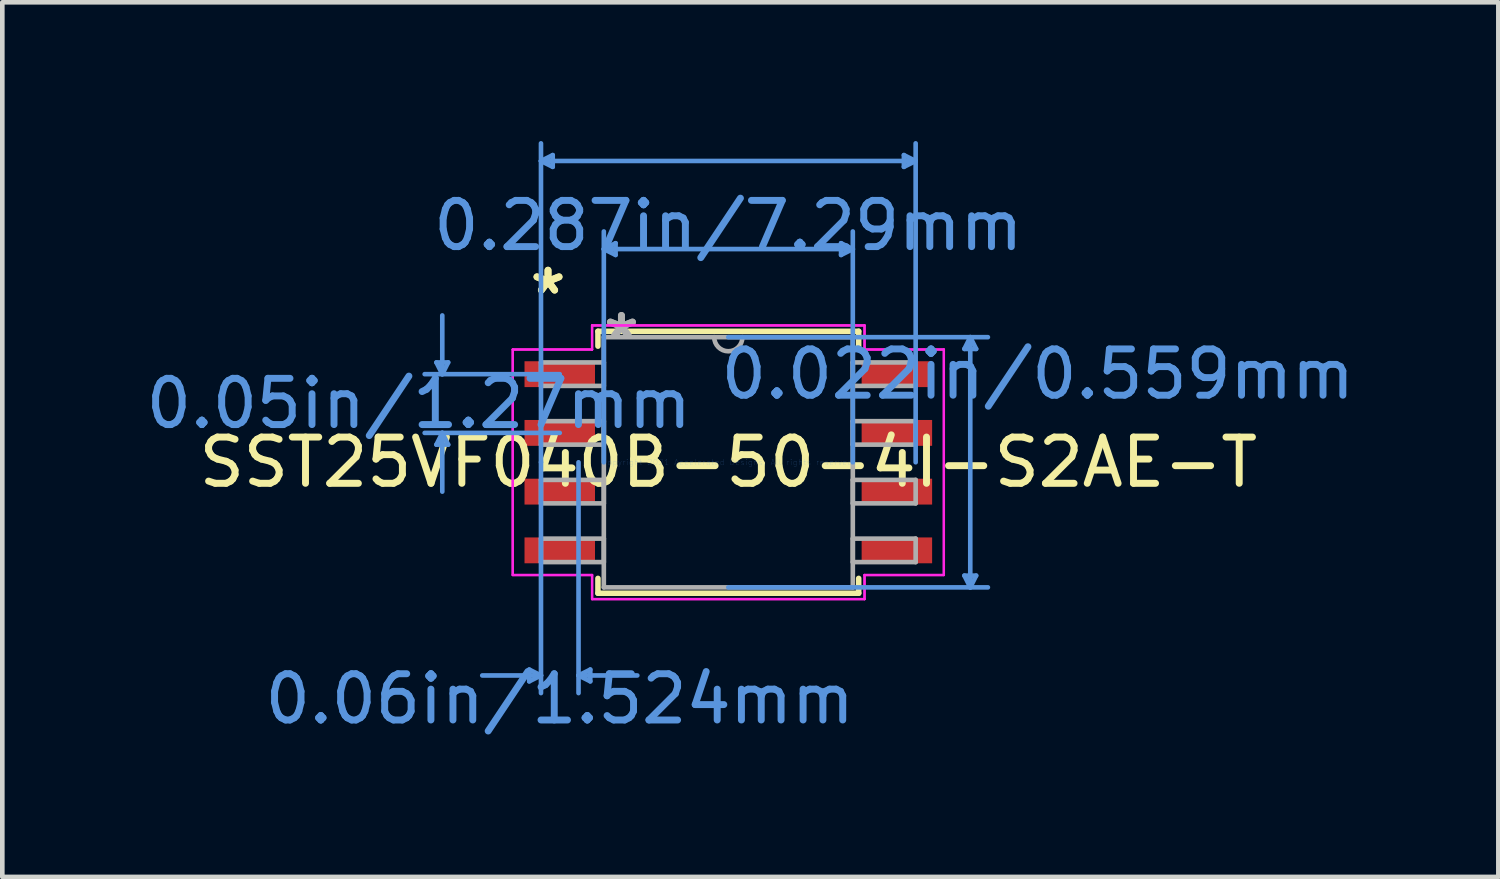
<source format=kicad_pcb>
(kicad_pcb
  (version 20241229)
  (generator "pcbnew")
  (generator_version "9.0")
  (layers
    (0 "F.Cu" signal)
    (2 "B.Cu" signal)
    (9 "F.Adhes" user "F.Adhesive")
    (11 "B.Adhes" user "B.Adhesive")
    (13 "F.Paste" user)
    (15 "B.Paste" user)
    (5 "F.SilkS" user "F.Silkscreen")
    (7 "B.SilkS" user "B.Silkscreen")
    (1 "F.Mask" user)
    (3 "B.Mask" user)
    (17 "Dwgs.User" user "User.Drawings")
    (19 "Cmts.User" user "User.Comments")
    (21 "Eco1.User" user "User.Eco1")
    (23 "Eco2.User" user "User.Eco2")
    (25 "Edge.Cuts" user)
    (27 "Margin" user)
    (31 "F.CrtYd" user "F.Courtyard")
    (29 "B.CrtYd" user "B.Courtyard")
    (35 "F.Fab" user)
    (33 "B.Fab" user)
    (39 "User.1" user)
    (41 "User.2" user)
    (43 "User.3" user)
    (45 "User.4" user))
  (footprint "SST25VF040B-50-4I-S2AE-T"
    (layer "F.Cu")
    (at 12.699 6.946)
    (property "Reference" "SST25VF040B-50-4I-S2AE-T" (at 0 0 0) (layer "F.SilkS") (effects (font (size 1 1) (thickness 0.15))))
    (attr through_hole)
    (fp_line (start -2.819 -2.832) (end -2.819 -2.511) (stroke (width 0.12) (type solid)) (layer "F.SilkS"))
    (fp_line (start -2.819 2.511) (end -2.819 2.832) (stroke (width 0.12) (type solid)) (layer "F.SilkS"))
    (fp_line (start -2.819 2.832) (end 2.819 2.832) (stroke (width 0.12) (type solid)) (layer "F.SilkS"))
    (fp_line (start 2.819 -2.832) (end -2.819 -2.832) (stroke (width 0.12) (type solid)) (layer "F.SilkS"))
    (fp_line (start 2.819 -2.511) (end 2.819 -2.832) (stroke (width 0.12) (type solid)) (layer "F.SilkS"))
    (fp_line (start 2.819 2.832) (end 2.819 2.511) (stroke (width 0.12) (type solid)) (layer "F.SilkS"))
    (fp_line (start -6.312 -2.159) (end -6.058 -2.159) (stroke (width 0.1) (type solid)) (layer "Cmts.User"))
    (fp_line (start -6.312 -0.381) (end -6.058 -0.381) (stroke (width 0.1) (type solid)) (layer "Cmts.User"))
    (fp_line (start -6.185 -1.905) (end -6.312 -2.159) (stroke (width 0.1) (type solid)) (layer "Cmts.User"))
    (fp_line (start -6.185 -1.905) (end -6.185 -3.175) (stroke (width 0.1) (type solid)) (layer "Cmts.User"))
    (fp_line (start -6.185 -1.905) (end -6.058 -2.159) (stroke (width 0.1) (type solid)) (layer "Cmts.User"))
    (fp_line (start -6.185 -0.635) (end -6.312 -0.381) (stroke (width 0.1) (type solid)) (layer "Cmts.User"))
    (fp_line (start -6.185 -0.635) (end -6.185 0.635) (stroke (width 0.1) (type solid)) (layer "Cmts.User"))
    (fp_line (start -6.185 -0.635) (end -6.058 -0.381) (stroke (width 0.1) (type solid)) (layer "Cmts.User"))
    (fp_line (start -4.305 4.483) (end -4.305 4.737) (stroke (width 0.1) (type solid)) (layer "Cmts.User"))
    (fp_line (start -4.051 -6.515) (end -3.797 -6.642) (stroke (width 0.1) (type solid)) (layer "Cmts.User"))
    (fp_line (start -4.051 -6.515) (end -3.797 -6.388) (stroke (width 0.1) (type solid)) (layer "Cmts.User"))
    (fp_line (start -4.051 -6.515) (end 4.051 -6.515) (stroke (width 0.1) (type solid)) (layer "Cmts.User"))
    (fp_line (start -4.051 0) (end -4.051 -6.896) (stroke (width 0.1) (type solid)) (layer "Cmts.User"))
    (fp_line (start -4.051 0) (end -4.051 4.991) (stroke (width 0.1) (type solid)) (layer "Cmts.User"))
    (fp_line (start -4.051 4.61) (end -5.321 4.61) (stroke (width 0.1) (type solid)) (layer "Cmts.User"))
    (fp_line (start -4.051 4.61) (end -4.305 4.483) (stroke (width 0.1) (type solid)) (layer "Cmts.User"))
    (fp_line (start -4.051 4.61) (end -4.305 4.737) (stroke (width 0.1) (type solid)) (layer "Cmts.User"))
    (fp_line (start -3.797 -6.642) (end -3.797 -6.388) (stroke (width 0.1) (type solid)) (layer "Cmts.User"))
    (fp_line (start -3.645 -1.905) (end -6.566 -1.905) (stroke (width 0.1) (type solid)) (layer "Cmts.User"))
    (fp_line (start -3.645 -0.635) (end -6.566 -0.635) (stroke (width 0.1) (type solid)) (layer "Cmts.User"))
    (fp_line (start -3.239 0) (end -3.239 4.991) (stroke (width 0.1) (type solid)) (layer "Cmts.User"))
    (fp_line (start -3.239 4.61) (end -2.985 4.483) (stroke (width 0.1) (type solid)) (layer "Cmts.User"))
    (fp_line (start -3.239 4.61) (end -2.985 4.737) (stroke (width 0.1) (type solid)) (layer "Cmts.User"))
    (fp_line (start -3.239 4.61) (end -1.968 4.61) (stroke (width 0.1) (type solid)) (layer "Cmts.User"))
    (fp_line (start -2.985 4.483) (end -2.985 4.737) (stroke (width 0.1) (type solid)) (layer "Cmts.User"))
    (fp_line (start -2.692 -4.61) (end -2.438 -4.737) (stroke (width 0.1) (type solid)) (layer "Cmts.User"))
    (fp_line (start -2.692 -4.61) (end -2.438 -4.483) (stroke (width 0.1) (type solid)) (layer "Cmts.User"))
    (fp_line (start -2.692 -4.61) (end 2.692 -4.61) (stroke (width 0.1) (type solid)) (layer "Cmts.User"))
    (fp_line (start -2.692 0) (end -2.692 -4.991) (stroke (width 0.1) (type solid)) (layer "Cmts.User"))
    (fp_line (start -2.438 -4.737) (end -2.438 -4.483) (stroke (width 0.1) (type solid)) (layer "Cmts.User"))
    (fp_line (start 0 -2.705) (end 5.613 -2.705) (stroke (width 0.1) (type solid)) (layer "Cmts.User"))
    (fp_line (start 0 2.705) (end 5.613 2.705) (stroke (width 0.1) (type solid)) (layer "Cmts.User"))
    (fp_line (start 2.438 -4.737) (end 2.438 -4.483) (stroke (width 0.1) (type solid)) (layer "Cmts.User"))
    (fp_line (start 2.692 -4.61) (end 2.438 -4.737) (stroke (width 0.1) (type solid)) (layer "Cmts.User"))
    (fp_line (start 2.692 -4.61) (end 2.438 -4.483) (stroke (width 0.1) (type solid)) (layer "Cmts.User"))
    (fp_line (start 2.692 0) (end 2.692 -4.991) (stroke (width 0.1) (type solid)) (layer "Cmts.User"))
    (fp_line (start 3.797 -6.642) (end 3.797 -6.388) (stroke (width 0.1) (type solid)) (layer "Cmts.User"))
    (fp_line (start 4.051 -6.515) (end 3.797 -6.642) (stroke (width 0.1) (type solid)) (layer "Cmts.User"))
    (fp_line (start 4.051 -6.515) (end 3.797 -6.388) (stroke (width 0.1) (type solid)) (layer "Cmts.User"))
    (fp_line (start 4.051 0) (end 4.051 -6.896) (stroke (width 0.1) (type solid)) (layer "Cmts.User"))
    (fp_line (start 5.105 -2.451) (end 5.359 -2.451) (stroke (width 0.1) (type solid)) (layer "Cmts.User"))
    (fp_line (start 5.105 2.451) (end 5.359 2.451) (stroke (width 0.1) (type solid)) (layer "Cmts.User"))
    (fp_line (start 5.232 -2.705) (end 5.105 -2.451) (stroke (width 0.1) (type solid)) (layer "Cmts.User"))
    (fp_line (start 5.232 -2.705) (end 5.232 2.705) (stroke (width 0.1) (type solid)) (layer "Cmts.User"))
    (fp_line (start 5.232 -2.705) (end 5.359 -2.451) (stroke (width 0.1) (type solid)) (layer "Cmts.User"))
    (fp_line (start 5.232 2.705) (end 5.105 2.451) (stroke (width 0.1) (type solid)) (layer "Cmts.User"))
    (fp_line (start 5.232 2.705) (end 5.359 2.451) (stroke (width 0.1) (type solid)) (layer "Cmts.User"))
    (fp_line (start -4.661 -2.438) (end -2.946 -2.438) (stroke (width 0.05) (type solid)) (layer "F.CrtYd"))
    (fp_line (start -4.661 -2.438) (end -2.946 -2.438) (stroke (width 0.05) (type solid)) (layer "F.CrtYd"))
    (fp_line (start -4.661 2.438) (end -4.661 -2.438) (stroke (width 0.05) (type solid)) (layer "F.CrtYd"))
    (fp_line (start -4.661 2.438) (end -4.661 -2.438) (stroke (width 0.05) (type solid)) (layer "F.CrtYd"))
    (fp_line (start -4.661 2.438) (end -2.946 2.438) (stroke (width 0.05) (type solid)) (layer "F.CrtYd"))
    (fp_line (start -2.946 -2.959) (end 2.946 -2.959) (stroke (width 0.05) (type solid)) (layer "F.CrtYd"))
    (fp_line (start -2.946 -2.959) (end 2.946 -2.959) (stroke (width 0.05) (type solid)) (layer "F.CrtYd"))
    (fp_line (start -2.946 -2.438) (end -2.946 -2.959) (stroke (width 0.05) (type solid)) (layer "F.CrtYd"))
    (fp_line (start -2.946 -2.438) (end -2.946 -2.959) (stroke (width 0.05) (type solid)) (layer "F.CrtYd"))
    (fp_line (start -2.946 2.438) (end -4.661 2.438) (stroke (width 0.05) (type solid)) (layer "F.CrtYd"))
    (fp_line (start -2.946 2.959) (end -2.946 2.438) (stroke (width 0.05) (type solid)) (layer "F.CrtYd"))
    (fp_line (start -2.946 2.959) (end -2.946 2.438) (stroke (width 0.05) (type solid)) (layer "F.CrtYd"))
    (fp_line (start 2.946 -2.959) (end 2.946 -2.438) (stroke (width 0.05) (type solid)) (layer "F.CrtYd"))
    (fp_line (start 2.946 -2.959) (end 2.946 -2.438) (stroke (width 0.05) (type solid)) (layer "F.CrtYd"))
    (fp_line (start 2.946 -2.438) (end 4.661 -2.438) (stroke (width 0.05) (type solid)) (layer "F.CrtYd"))
    (fp_line (start 2.946 2.438) (end 2.946 2.959) (stroke (width 0.05) (type solid)) (layer "F.CrtYd"))
    (fp_line (start 2.946 2.438) (end 2.946 2.959) (stroke (width 0.05) (type solid)) (layer "F.CrtYd"))
    (fp_line (start 2.946 2.959) (end -2.946 2.959) (stroke (width 0.05) (type solid)) (layer "F.CrtYd"))
    (fp_line (start 2.946 2.959) (end -2.946 2.959) (stroke (width 0.05) (type solid)) (layer "F.CrtYd"))
    (fp_line (start 4.661 -2.438) (end 2.946 -2.438) (stroke (width 0.05) (type solid)) (layer "F.CrtYd"))
    (fp_line (start 4.661 -2.438) (end 4.661 2.438) (stroke (width 0.05) (type solid)) (layer "F.CrtYd"))
    (fp_line (start 4.661 -2.438) (end 4.661 2.438) (stroke (width 0.05) (type solid)) (layer "F.CrtYd"))
    (fp_line (start 4.661 2.438) (end 2.946 2.438) (stroke (width 0.05) (type solid)) (layer "F.CrtYd"))
    (fp_line (start 4.661 2.438) (end 2.946 2.438) (stroke (width 0.05) (type solid)) (layer "F.CrtYd"))
    (fp_line (start -4.051 -2.159) (end -4.051 -1.651) (stroke (width 0.1) (type solid)) (layer "F.Fab"))
    (fp_line (start -4.051 -1.651) (end -2.692 -1.651) (stroke (width 0.1) (type solid)) (layer "F.Fab"))
    (fp_line (start -4.051 -0.889) (end -4.051 -0.381) (stroke (width 0.1) (type solid)) (layer "F.Fab"))
    (fp_line (start -4.051 -0.381) (end -2.692 -0.381) (stroke (width 0.1) (type solid)) (layer "F.Fab"))
    (fp_line (start -4.051 0.381) (end -4.051 0.889) (stroke (width 0.1) (type solid)) (layer "F.Fab"))
    (fp_line (start -4.051 0.889) (end -2.692 0.889) (stroke (width 0.1) (type solid)) (layer "F.Fab"))
    (fp_line (start -4.051 1.651) (end -4.051 2.159) (stroke (width 0.1) (type solid)) (layer "F.Fab"))
    (fp_line (start -4.051 2.159) (end -2.692 2.159) (stroke (width 0.1) (type solid)) (layer "F.Fab"))
    (fp_line (start -2.692 -2.705) (end -2.692 2.705) (stroke (width 0.1) (type solid)) (layer "F.Fab"))
    (fp_line (start -2.692 -2.159) (end -4.051 -2.159) (stroke (width 0.1) (type solid)) (layer "F.Fab"))
    (fp_line (start -2.692 -1.651) (end -2.692 -2.159) (stroke (width 0.1) (type solid)) (layer "F.Fab"))
    (fp_line (start -2.692 -0.889) (end -4.051 -0.889) (stroke (width 0.1) (type solid)) (layer "F.Fab"))
    (fp_line (start -2.692 -0.381) (end -2.692 -0.889) (stroke (width 0.1) (type solid)) (layer "F.Fab"))
    (fp_line (start -2.692 0.381) (end -4.051 0.381) (stroke (width 0.1) (type solid)) (layer "F.Fab"))
    (fp_line (start -2.692 0.889) (end -2.692 0.381) (stroke (width 0.1) (type solid)) (layer "F.Fab"))
    (fp_line (start -2.692 1.651) (end -4.051 1.651) (stroke (width 0.1) (type solid)) (layer "F.Fab"))
    (fp_line (start -2.692 2.159) (end -2.692 1.651) (stroke (width 0.1) (type solid)) (layer "F.Fab"))
    (fp_line (start -2.692 2.705) (end 2.692 2.705) (stroke (width 0.1) (type solid)) (layer "F.Fab"))
    (fp_line (start 2.692 -2.705) (end -2.692 -2.705) (stroke (width 0.1) (type solid)) (layer "F.Fab"))
    (fp_line (start 2.692 -2.159) (end 2.692 -1.651) (stroke (width 0.1) (type solid)) (layer "F.Fab"))
    (fp_line (start 2.692 -1.651) (end 4.051 -1.651) (stroke (width 0.1) (type solid)) (layer "F.Fab"))
    (fp_line (start 2.692 -0.889) (end 2.692 -0.381) (stroke (width 0.1) (type solid)) (layer "F.Fab"))
    (fp_line (start 2.692 -0.381) (end 4.051 -0.381) (stroke (width 0.1) (type solid)) (layer "F.Fab"))
    (fp_line (start 2.692 0.381) (end 2.692 0.889) (stroke (width 0.1) (type solid)) (layer "F.Fab"))
    (fp_line (start 2.692 0.889) (end 4.051 0.889) (stroke (width 0.1) (type solid)) (layer "F.Fab"))
    (fp_line (start 2.692 1.651) (end 2.692 2.159) (stroke (width 0.1) (type solid)) (layer "F.Fab"))
    (fp_line (start 2.692 2.159) (end 4.051 2.159) (stroke (width 0.1) (type solid)) (layer "F.Fab"))
    (fp_line (start 2.692 2.705) (end 2.692 -2.705) (stroke (width 0.1) (type solid)) (layer "F.Fab"))
    (fp_line (start 4.051 -2.159) (end 2.692 -2.159) (stroke (width 0.1) (type solid)) (layer "F.Fab"))
    (fp_line (start 4.051 -1.651) (end 4.051 -2.159) (stroke (width 0.1) (type solid)) (layer "F.Fab"))
    (fp_line (start 4.051 -0.889) (end 2.692 -0.889) (stroke (width 0.1) (type solid)) (layer "F.Fab"))
    (fp_line (start 4.051 -0.381) (end 4.051 -0.889) (stroke (width 0.1) (type solid)) (layer "F.Fab"))
    (fp_line (start 4.051 0.381) (end 2.692 0.381) (stroke (width 0.1) (type solid)) (layer "F.Fab"))
    (fp_line (start 4.051 0.889) (end 4.051 0.381) (stroke (width 0.1) (type solid)) (layer "F.Fab"))
    (fp_line (start 4.051 1.651) (end 2.692 1.651) (stroke (width 0.1) (type solid)) (layer "F.Fab"))
    (fp_line (start 4.051 2.159) (end 4.051 1.651) (stroke (width 0.1) (type solid)) (layer "F.Fab"))
    (fp_arc (start 0.3048 -2.7051) (mid 0 -2.4003) (end -0.3048 -2.7051) (stroke (width 0.1) (type solid)) (layer "F.Fab"))
    (fp_text user "*" (at -3.899 -3.607 0) (layer "F.SilkS") (effects (font (size 1 1) (thickness 0.15))))
    (fp_text user "*" (at -3.899 -3.607 0) (layer "F.SilkS") (effects (font (size 1 1) (thickness 0.15))))
    (fp_text user "Copyright 2021 Accelerated Designs. All rights reserved." (at 0 0 0) (layer "Cmts.User") (effects (font (size 0.127 0.127) (thickness 0.002))))
    (fp_text user "0.022in/0.559mm" (at 6.693 -1.905 0) (layer "Cmts.User") (effects (font (size 1 1) (thickness 0.15))))
    (fp_text user "0.06in/1.524mm" (at -3.645 5.118 0) (layer "Cmts.User") (effects (font (size 1 1) (thickness 0.15))))
    (fp_text user "0.05in/1.27mm" (at -6.693 -1.27 0) (layer "Cmts.User") (effects (font (size 1 1) (thickness 0.15))))
    (fp_text user "0.287in/7.29mm" (at 0 -5.118 0) (layer "Cmts.User") (effects (font (size 1 1) (thickness 0.15))))
    (fp_text user "*" (at -2.311 -2.629 0) (layer "F.Fab") (effects (font (size 1 1) (thickness 0.15))))
    (fp_text user "*" (at -2.311 -2.629 0) (layer "F.Fab") (effects (font (size 1 1) (thickness 0.15))))
    (pad "1" smd rect (at -3.645 -1.905) (size 1.524 0.559) (layers "F.Cu" "F.Mask" "F.Paste"))
    (pad "2" smd rect (at -3.645 -0.635) (size 1.524 0.559) (layers "F.Cu" "F.Mask" "F.Paste"))
    (pad "3" smd rect (at -3.645 0.635) (size 1.524 0.559) (layers "F.Cu" "F.Mask" "F.Paste"))
    (pad "4" smd rect (at -3.645 1.905) (size 1.524 0.559) (layers "F.Cu" "F.Mask" "F.Paste"))
    (pad "5" smd rect (at 3.645 1.905) (size 1.524 0.559) (layers "F.Cu" "F.Mask" "F.Paste"))
    (pad "6" smd rect (at 3.645 0.635) (size 1.524 0.559) (layers "F.Cu" "F.Mask" "F.Paste"))
    (pad "7" smd rect (at 3.645 -0.635) (size 1.524 0.559) (layers "F.Cu" "F.Mask" "F.Paste"))
    (pad "8" smd rect (at 3.645 -1.905) (size 1.524 0.559) (layers "F.Cu" "F.Mask" "F.Paste")))
  (gr_rect
    (start -3 -3)
    (end 29.35 15.912)
    (stroke (width 0.1) (type default))
    (fill no)
    (layer "Edge.Cuts")))
</source>
